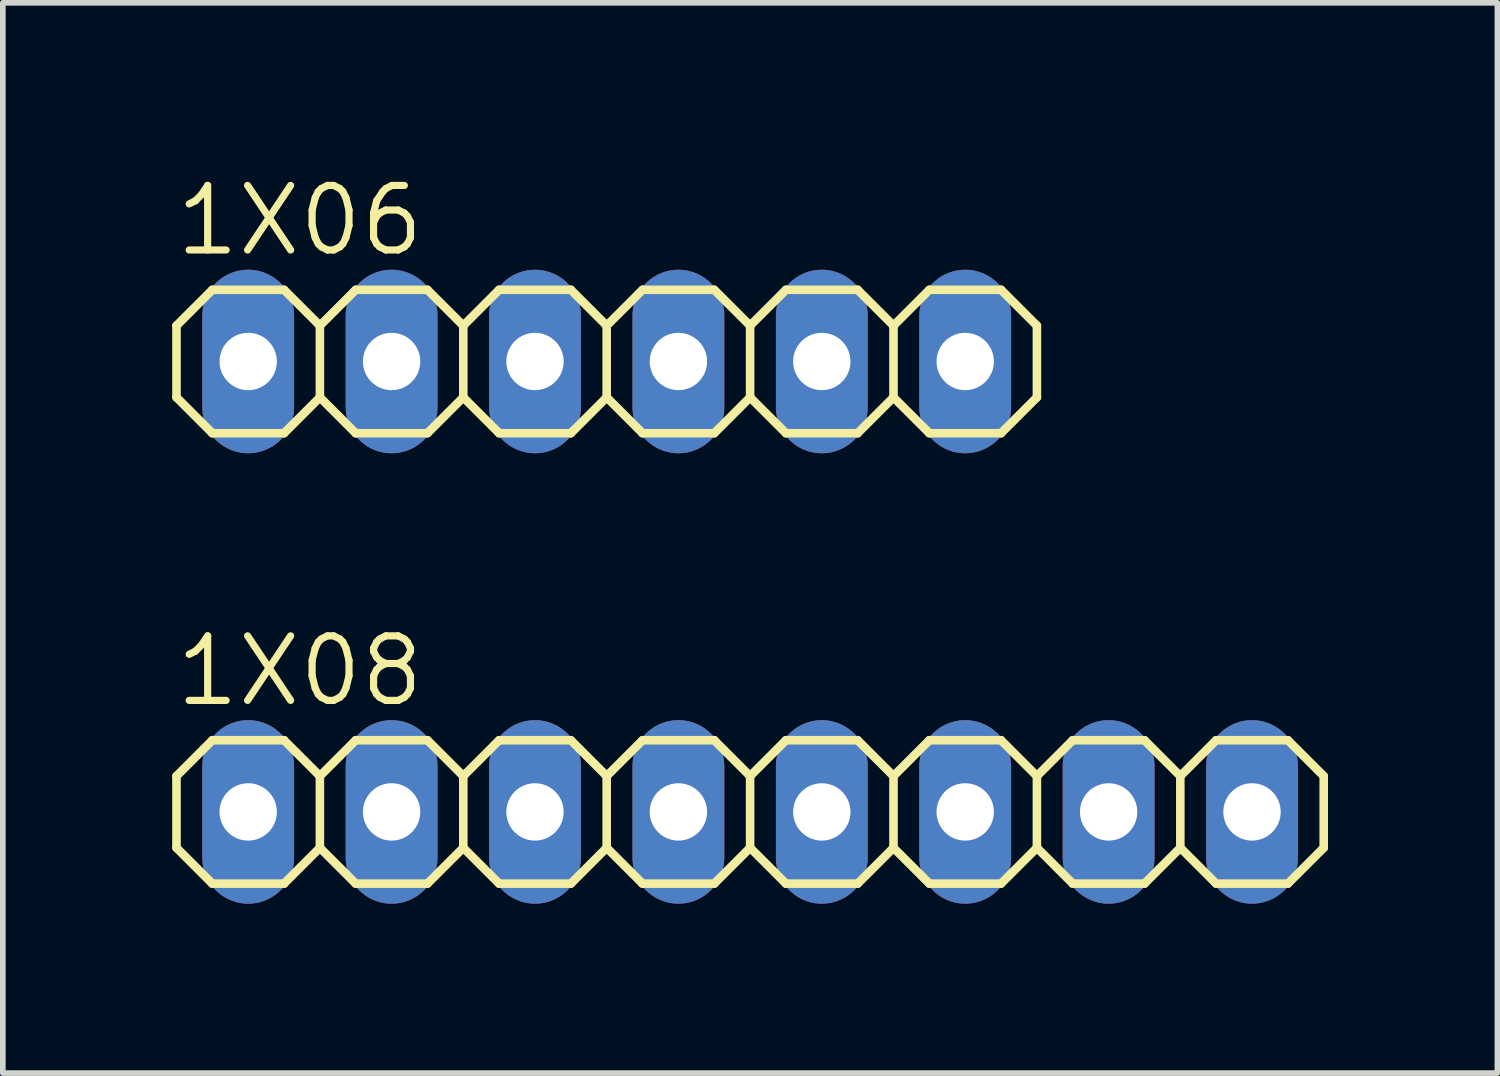
<source format=kicad_pcb>
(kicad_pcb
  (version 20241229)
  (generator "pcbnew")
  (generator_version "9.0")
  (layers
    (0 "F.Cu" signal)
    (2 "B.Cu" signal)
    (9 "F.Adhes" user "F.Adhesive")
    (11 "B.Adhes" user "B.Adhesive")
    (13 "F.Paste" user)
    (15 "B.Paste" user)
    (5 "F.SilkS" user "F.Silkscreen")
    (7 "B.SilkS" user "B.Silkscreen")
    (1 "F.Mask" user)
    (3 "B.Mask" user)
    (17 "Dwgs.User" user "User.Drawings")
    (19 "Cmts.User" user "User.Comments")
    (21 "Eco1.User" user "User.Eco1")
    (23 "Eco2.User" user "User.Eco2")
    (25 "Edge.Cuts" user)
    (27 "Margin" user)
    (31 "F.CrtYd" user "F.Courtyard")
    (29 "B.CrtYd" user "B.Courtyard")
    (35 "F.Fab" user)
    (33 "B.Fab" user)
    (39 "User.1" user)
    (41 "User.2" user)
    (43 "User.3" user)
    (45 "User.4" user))
  (footprint "1X08"
    (layer "F.Cu")
    (at 10.236 11.331)
    (property "Reference" "1X08" (at -10.236 -1.829 0) (layer "F.SilkS") (effects (font (size 1.143 1.143) (thickness 0.127)) (justify left bottom)))
    (fp_line (start -10.16 -0.635) (end -10.16 0.635) (stroke (width 0.152) (type solid)) (layer "F.SilkS"))
    (fp_line (start -10.16 0.635) (end -9.525 1.27) (stroke (width 0.152) (type solid)) (layer "F.SilkS"))
    (fp_line (start -9.525 -1.27) (end -10.16 -0.635) (stroke (width 0.152) (type solid)) (layer "F.SilkS"))
    (fp_line (start -9.525 -1.27) (end -8.255 -1.27) (stroke (width 0.152) (type solid)) (layer "F.SilkS"))
    (fp_line (start -8.255 -1.27) (end -7.62 -0.635) (stroke (width 0.152) (type solid)) (layer "F.SilkS"))
    (fp_line (start -8.255 1.27) (end -9.525 1.27) (stroke (width 0.152) (type solid)) (layer "F.SilkS"))
    (fp_line (start -7.62 -0.635) (end -7.62 0.635) (stroke (width 0.152) (type solid)) (layer "F.SilkS"))
    (fp_line (start -7.62 -0.635) (end -6.985 -1.27) (stroke (width 0.152) (type solid)) (layer "F.SilkS"))
    (fp_line (start -7.62 0.635) (end -8.255 1.27) (stroke (width 0.152) (type solid)) (layer "F.SilkS"))
    (fp_line (start -6.985 -1.27) (end -5.715 -1.27) (stroke (width 0.152) (type solid)) (layer "F.SilkS"))
    (fp_line (start -6.985 1.27) (end -7.62 0.635) (stroke (width 0.152) (type solid)) (layer "F.SilkS"))
    (fp_line (start -5.715 -1.27) (end -5.08 -0.635) (stroke (width 0.152) (type solid)) (layer "F.SilkS"))
    (fp_line (start -5.715 1.27) (end -6.985 1.27) (stroke (width 0.152) (type solid)) (layer "F.SilkS"))
    (fp_line (start -5.08 -0.635) (end -5.08 0.635) (stroke (width 0.152) (type solid)) (layer "F.SilkS"))
    (fp_line (start -5.08 -0.635) (end -4.445 -1.27) (stroke (width 0.152) (type solid)) (layer "F.SilkS"))
    (fp_line (start -5.08 0.635) (end -5.715 1.27) (stroke (width 0.152) (type solid)) (layer "F.SilkS"))
    (fp_line (start -4.445 -1.27) (end -3.175 -1.27) (stroke (width 0.152) (type solid)) (layer "F.SilkS"))
    (fp_line (start -4.445 1.27) (end -5.08 0.635) (stroke (width 0.152) (type solid)) (layer "F.SilkS"))
    (fp_line (start -3.175 -1.27) (end -2.54 -0.635) (stroke (width 0.152) (type solid)) (layer "F.SilkS"))
    (fp_line (start -3.175 1.27) (end -4.445 1.27) (stroke (width 0.152) (type solid)) (layer "F.SilkS"))
    (fp_line (start -2.54 -0.635) (end -2.54 0.635) (stroke (width 0.152) (type solid)) (layer "F.SilkS"))
    (fp_line (start -2.54 0.635) (end -3.175 1.27) (stroke (width 0.152) (type solid)) (layer "F.SilkS"))
    (fp_line (start -2.54 0.635) (end -1.905 1.27) (stroke (width 0.152) (type solid)) (layer "F.SilkS"))
    (fp_line (start -1.905 -1.27) (end -2.54 -0.635) (stroke (width 0.152) (type solid)) (layer "F.SilkS"))
    (fp_line (start -1.905 -1.27) (end -0.635 -1.27) (stroke (width 0.152) (type solid)) (layer "F.SilkS"))
    (fp_line (start -0.635 -1.27) (end 0 -0.635) (stroke (width 0.152) (type solid)) (layer "F.SilkS"))
    (fp_line (start -0.635 1.27) (end -1.905 1.27) (stroke (width 0.152) (type solid)) (layer "F.SilkS"))
    (fp_line (start 0 -0.635) (end 0 0.635) (stroke (width 0.152) (type solid)) (layer "F.SilkS"))
    (fp_line (start 0 -0.635) (end 0.635 -1.27) (stroke (width 0.152) (type solid)) (layer "F.SilkS"))
    (fp_line (start 0 0.635) (end -0.635 1.27) (stroke (width 0.152) (type solid)) (layer "F.SilkS"))
    (fp_line (start 0.635 -1.27) (end 1.905 -1.27) (stroke (width 0.152) (type solid)) (layer "F.SilkS"))
    (fp_line (start 0.635 1.27) (end 0 0.635) (stroke (width 0.152) (type solid)) (layer "F.SilkS"))
    (fp_line (start 1.905 -1.27) (end 2.54 -0.635) (stroke (width 0.152) (type solid)) (layer "F.SilkS"))
    (fp_line (start 1.905 1.27) (end 0.635 1.27) (stroke (width 0.152) (type solid)) (layer "F.SilkS"))
    (fp_line (start 2.54 -0.635) (end 2.54 0.635) (stroke (width 0.152) (type solid)) (layer "F.SilkS"))
    (fp_line (start 2.54 -0.635) (end 3.175 -1.27) (stroke (width 0.152) (type solid)) (layer "F.SilkS"))
    (fp_line (start 2.54 0.635) (end 1.905 1.27) (stroke (width 0.152) (type solid)) (layer "F.SilkS"))
    (fp_line (start 3.175 -1.27) (end 4.445 -1.27) (stroke (width 0.152) (type solid)) (layer "F.SilkS"))
    (fp_line (start 3.175 1.27) (end 2.54 0.635) (stroke (width 0.152) (type solid)) (layer "F.SilkS"))
    (fp_line (start 4.445 -1.27) (end 5.08 -0.635) (stroke (width 0.152) (type solid)) (layer "F.SilkS"))
    (fp_line (start 4.445 1.27) (end 3.175 1.27) (stroke (width 0.152) (type solid)) (layer "F.SilkS"))
    (fp_line (start 5.08 -0.635) (end 5.08 0.635) (stroke (width 0.152) (type solid)) (layer "F.SilkS"))
    (fp_line (start 5.08 0.635) (end 4.445 1.27) (stroke (width 0.152) (type solid)) (layer "F.SilkS"))
    (fp_line (start 5.08 0.635) (end 5.715 1.27) (stroke (width 0.152) (type solid)) (layer "F.SilkS"))
    (fp_line (start 5.715 -1.27) (end 5.08 -0.635) (stroke (width 0.152) (type solid)) (layer "F.SilkS"))
    (fp_line (start 5.715 -1.27) (end 6.985 -1.27) (stroke (width 0.152) (type solid)) (layer "F.SilkS"))
    (fp_line (start 6.985 -1.27) (end 7.62 -0.635) (stroke (width 0.152) (type solid)) (layer "F.SilkS"))
    (fp_line (start 6.985 1.27) (end 5.715 1.27) (stroke (width 0.152) (type solid)) (layer "F.SilkS"))
    (fp_line (start 7.62 -0.635) (end 7.62 0.635) (stroke (width 0.152) (type solid)) (layer "F.SilkS"))
    (fp_line (start 7.62 0.635) (end 6.985 1.27) (stroke (width 0.152) (type solid)) (layer "F.SilkS"))
    (fp_line (start 7.62 0.635) (end 8.255 1.27) (stroke (width 0.152) (type solid)) (layer "F.SilkS"))
    (fp_line (start 8.255 -1.27) (end 7.62 -0.635) (stroke (width 0.152) (type solid)) (layer "F.SilkS"))
    (fp_line (start 8.255 -1.27) (end 9.525 -1.27) (stroke (width 0.152) (type solid)) (layer "F.SilkS"))
    (fp_line (start 9.525 -1.27) (end 10.16 -0.635) (stroke (width 0.152) (type solid)) (layer "F.SilkS"))
    (fp_line (start 9.525 1.27) (end 8.255 1.27) (stroke (width 0.152) (type solid)) (layer "F.SilkS"))
    (fp_line (start 10.16 -0.635) (end 10.16 0.635) (stroke (width 0.152) (type solid)) (layer "F.SilkS"))
    (fp_line (start 10.16 0.635) (end 9.525 1.27) (stroke (width 0.152) (type solid)) (layer "F.SilkS"))
    (fp_poly (pts (xy -9.144 0.254) (xy -8.636 0.254) (xy -8.636 -0.254) (xy -9.144 -0.254)) (stroke (width 0.1) (type default)) (fill no) (layer "F.Fab"))
    (fp_poly (pts (xy -6.604 0.254) (xy -6.096 0.254) (xy -6.096 -0.254) (xy -6.604 -0.254)) (stroke (width 0.1) (type default)) (fill no) (layer "F.Fab"))
    (fp_poly (pts (xy -4.064 0.254) (xy -3.556 0.254) (xy -3.556 -0.254) (xy -4.064 -0.254)) (stroke (width 0.1) (type default)) (fill no) (layer "F.Fab"))
    (fp_poly (pts (xy -1.524 0.254) (xy -1.016 0.254) (xy -1.016 -0.254) (xy -1.524 -0.254)) (stroke (width 0.1) (type default)) (fill no) (layer "F.Fab"))
    (fp_poly (pts (xy 1.016 0.254) (xy 1.524 0.254) (xy 1.524 -0.254) (xy 1.016 -0.254)) (stroke (width 0.1) (type default)) (fill no) (layer "F.Fab"))
    (fp_poly (pts (xy 3.556 0.254) (xy 4.064 0.254) (xy 4.064 -0.254) (xy 3.556 -0.254)) (stroke (width 0.1) (type default)) (fill no) (layer "F.Fab"))
    (fp_poly (pts (xy 6.096 0.254) (xy 6.604 0.254) (xy 6.604 -0.254) (xy 6.096 -0.254)) (stroke (width 0.1) (type default)) (fill no) (layer "F.Fab"))
    (fp_poly (pts (xy 8.636 0.254) (xy 9.144 0.254) (xy 9.144 -0.254) (xy 8.636 -0.254)) (stroke (width 0.1) (type default)) (fill no) (layer "F.Fab"))
    (pad "1" thru_hole oval (at -8.89 0 90) (size 3.251 1.626) (drill 1.016) (layers "*.Cu" "*.Mask"))
    (pad "2" thru_hole oval (at -6.35 0 90) (size 3.251 1.626) (drill 1.016) (layers "*.Cu" "*.Mask"))
    (pad "3" thru_hole oval (at -3.81 0 90) (size 3.251 1.626) (drill 1.016) (layers "*.Cu" "*.Mask"))
    (pad "4" thru_hole oval (at -1.27 0 90) (size 3.251 1.626) (drill 1.016) (layers "*.Cu" "*.Mask"))
    (pad "5" thru_hole oval (at 1.27 0 90) (size 3.251 1.626) (drill 1.016) (layers "*.Cu" "*.Mask"))
    (pad "6" thru_hole oval (at 3.81 0 90) (size 3.251 1.626) (drill 1.016) (layers "*.Cu" "*.Mask"))
    (pad "7" thru_hole oval (at 6.35 0 90) (size 3.251 1.626) (drill 1.016) (layers "*.Cu" "*.Mask"))
    (pad "8" thru_hole oval (at 8.89 0 90) (size 3.251 1.626) (drill 1.016) (layers "*.Cu" "*.Mask")))
  (footprint "1X06"
    (layer "F.Cu")
    (at 7.696 3.353)
    (property "Reference" "1X06" (at -7.696 -1.829 0) (layer "F.SilkS") (effects (font (size 1.143 1.143) (thickness 0.127)) (justify left bottom)))
    (fp_line (start -7.62 -0.635) (end -7.62 0.635) (stroke (width 0.152) (type solid)) (layer "F.SilkS"))
    (fp_line (start -7.62 0.635) (end -6.985 1.27) (stroke (width 0.152) (type solid)) (layer "F.SilkS"))
    (fp_line (start -6.985 -1.27) (end -7.62 -0.635) (stroke (width 0.152) (type solid)) (layer "F.SilkS"))
    (fp_line (start -6.985 -1.27) (end -5.715 -1.27) (stroke (width 0.152) (type solid)) (layer "F.SilkS"))
    (fp_line (start -5.715 -1.27) (end -5.08 -0.635) (stroke (width 0.152) (type solid)) (layer "F.SilkS"))
    (fp_line (start -5.715 1.27) (end -6.985 1.27) (stroke (width 0.152) (type solid)) (layer "F.SilkS"))
    (fp_line (start -5.08 -0.635) (end -5.08 0.635) (stroke (width 0.152) (type solid)) (layer "F.SilkS"))
    (fp_line (start -5.08 -0.635) (end -4.445 -1.27) (stroke (width 0.152) (type solid)) (layer "F.SilkS"))
    (fp_line (start -5.08 0.635) (end -5.715 1.27) (stroke (width 0.152) (type solid)) (layer "F.SilkS"))
    (fp_line (start -4.445 -1.27) (end -3.175 -1.27) (stroke (width 0.152) (type solid)) (layer "F.SilkS"))
    (fp_line (start -4.445 1.27) (end -5.08 0.635) (stroke (width 0.152) (type solid)) (layer "F.SilkS"))
    (fp_line (start -3.175 -1.27) (end -2.54 -0.635) (stroke (width 0.152) (type solid)) (layer "F.SilkS"))
    (fp_line (start -3.175 1.27) (end -4.445 1.27) (stroke (width 0.152) (type solid)) (layer "F.SilkS"))
    (fp_line (start -2.54 -0.635) (end -2.54 0.635) (stroke (width 0.152) (type solid)) (layer "F.SilkS"))
    (fp_line (start -2.54 -0.635) (end -1.905 -1.27) (stroke (width 0.152) (type solid)) (layer "F.SilkS"))
    (fp_line (start -2.54 0.635) (end -3.175 1.27) (stroke (width 0.152) (type solid)) (layer "F.SilkS"))
    (fp_line (start -1.905 -1.27) (end -0.635 -1.27) (stroke (width 0.152) (type solid)) (layer "F.SilkS"))
    (fp_line (start -1.905 1.27) (end -2.54 0.635) (stroke (width 0.152) (type solid)) (layer "F.SilkS"))
    (fp_line (start -0.635 -1.27) (end 0 -0.635) (stroke (width 0.152) (type solid)) (layer "F.SilkS"))
    (fp_line (start -0.635 1.27) (end -1.905 1.27) (stroke (width 0.152) (type solid)) (layer "F.SilkS"))
    (fp_line (start 0 -0.635) (end 0 0.635) (stroke (width 0.152) (type solid)) (layer "F.SilkS"))
    (fp_line (start 0 0.635) (end -0.635 1.27) (stroke (width 0.152) (type solid)) (layer "F.SilkS"))
    (fp_line (start 0 0.635) (end 0.635 1.27) (stroke (width 0.152) (type solid)) (layer "F.SilkS"))
    (fp_line (start 0.635 -1.27) (end 0 -0.635) (stroke (width 0.152) (type solid)) (layer "F.SilkS"))
    (fp_line (start 0.635 -1.27) (end 1.905 -1.27) (stroke (width 0.152) (type solid)) (layer "F.SilkS"))
    (fp_line (start 1.905 -1.27) (end 2.54 -0.635) (stroke (width 0.152) (type solid)) (layer "F.SilkS"))
    (fp_line (start 1.905 1.27) (end 0.635 1.27) (stroke (width 0.152) (type solid)) (layer "F.SilkS"))
    (fp_line (start 2.54 -0.635) (end 2.54 0.635) (stroke (width 0.152) (type solid)) (layer "F.SilkS"))
    (fp_line (start 2.54 -0.635) (end 3.175 -1.27) (stroke (width 0.152) (type solid)) (layer "F.SilkS"))
    (fp_line (start 2.54 0.635) (end 1.905 1.27) (stroke (width 0.152) (type solid)) (layer "F.SilkS"))
    (fp_line (start 3.175 -1.27) (end 4.445 -1.27) (stroke (width 0.152) (type solid)) (layer "F.SilkS"))
    (fp_line (start 3.175 1.27) (end 2.54 0.635) (stroke (width 0.152) (type solid)) (layer "F.SilkS"))
    (fp_line (start 4.445 -1.27) (end 5.08 -0.635) (stroke (width 0.152) (type solid)) (layer "F.SilkS"))
    (fp_line (start 4.445 1.27) (end 3.175 1.27) (stroke (width 0.152) (type solid)) (layer "F.SilkS"))
    (fp_line (start 5.08 -0.635) (end 5.08 0.635) (stroke (width 0.152) (type solid)) (layer "F.SilkS"))
    (fp_line (start 5.08 0.635) (end 4.445 1.27) (stroke (width 0.152) (type solid)) (layer "F.SilkS"))
    (fp_line (start 5.08 0.635) (end 5.715 1.27) (stroke (width 0.152) (type solid)) (layer "F.SilkS"))
    (fp_line (start 5.715 -1.27) (end 5.08 -0.635) (stroke (width 0.152) (type solid)) (layer "F.SilkS"))
    (fp_line (start 5.715 -1.27) (end 6.985 -1.27) (stroke (width 0.152) (type solid)) (layer "F.SilkS"))
    (fp_line (start 6.985 -1.27) (end 7.62 -0.635) (stroke (width 0.152) (type solid)) (layer "F.SilkS"))
    (fp_line (start 6.985 1.27) (end 5.715 1.27) (stroke (width 0.152) (type solid)) (layer "F.SilkS"))
    (fp_line (start 7.62 -0.635) (end 7.62 0.635) (stroke (width 0.152) (type solid)) (layer "F.SilkS"))
    (fp_line (start 7.62 0.635) (end 6.985 1.27) (stroke (width 0.152) (type solid)) (layer "F.SilkS"))
    (fp_poly (pts (xy -6.604 0.254) (xy -6.096 0.254) (xy -6.096 -0.254) (xy -6.604 -0.254)) (stroke (width 0.1) (type default)) (fill no) (layer "F.Fab"))
    (fp_poly (pts (xy -4.064 0.254) (xy -3.556 0.254) (xy -3.556 -0.254) (xy -4.064 -0.254)) (stroke (width 0.1) (type default)) (fill no) (layer "F.Fab"))
    (fp_poly (pts (xy -1.524 0.254) (xy -1.016 0.254) (xy -1.016 -0.254) (xy -1.524 -0.254)) (stroke (width 0.1) (type default)) (fill no) (layer "F.Fab"))
    (fp_poly (pts (xy 1.016 0.254) (xy 1.524 0.254) (xy 1.524 -0.254) (xy 1.016 -0.254)) (stroke (width 0.1) (type default)) (fill no) (layer "F.Fab"))
    (fp_poly (pts (xy 3.556 0.254) (xy 4.064 0.254) (xy 4.064 -0.254) (xy 3.556 -0.254)) (stroke (width 0.1) (type default)) (fill no) (layer "F.Fab"))
    (fp_poly (pts (xy 6.096 0.254) (xy 6.604 0.254) (xy 6.604 -0.254) (xy 6.096 -0.254)) (stroke (width 0.1) (type default)) (fill no) (layer "F.Fab"))
    (pad "1" thru_hole oval (at -6.35 0 90) (size 3.251 1.626) (drill 1.016) (layers "*.Cu" "*.Mask"))
    (pad "2" thru_hole oval (at -3.81 0 90) (size 3.251 1.626) (drill 1.016) (layers "*.Cu" "*.Mask"))
    (pad "3" thru_hole oval (at -1.27 0 90) (size 3.251 1.626) (drill 1.016) (layers "*.Cu" "*.Mask"))
    (pad "4" thru_hole oval (at 1.27 0 90) (size 3.251 1.626) (drill 1.016) (layers "*.Cu" "*.Mask"))
    (pad "5" thru_hole oval (at 3.81 0 90) (size 3.251 1.626) (drill 1.016) (layers "*.Cu" "*.Mask"))
    (pad "6" thru_hole oval (at 6.35 0 90) (size 3.251 1.626) (drill 1.016) (layers "*.Cu" "*.Mask")))
  (gr_rect
    (start -3 -3)
    (end 23.472 15.957)
    (stroke (width 0.1) (type default))
    (fill no)
    (layer "Edge.Cuts")))
</source>
